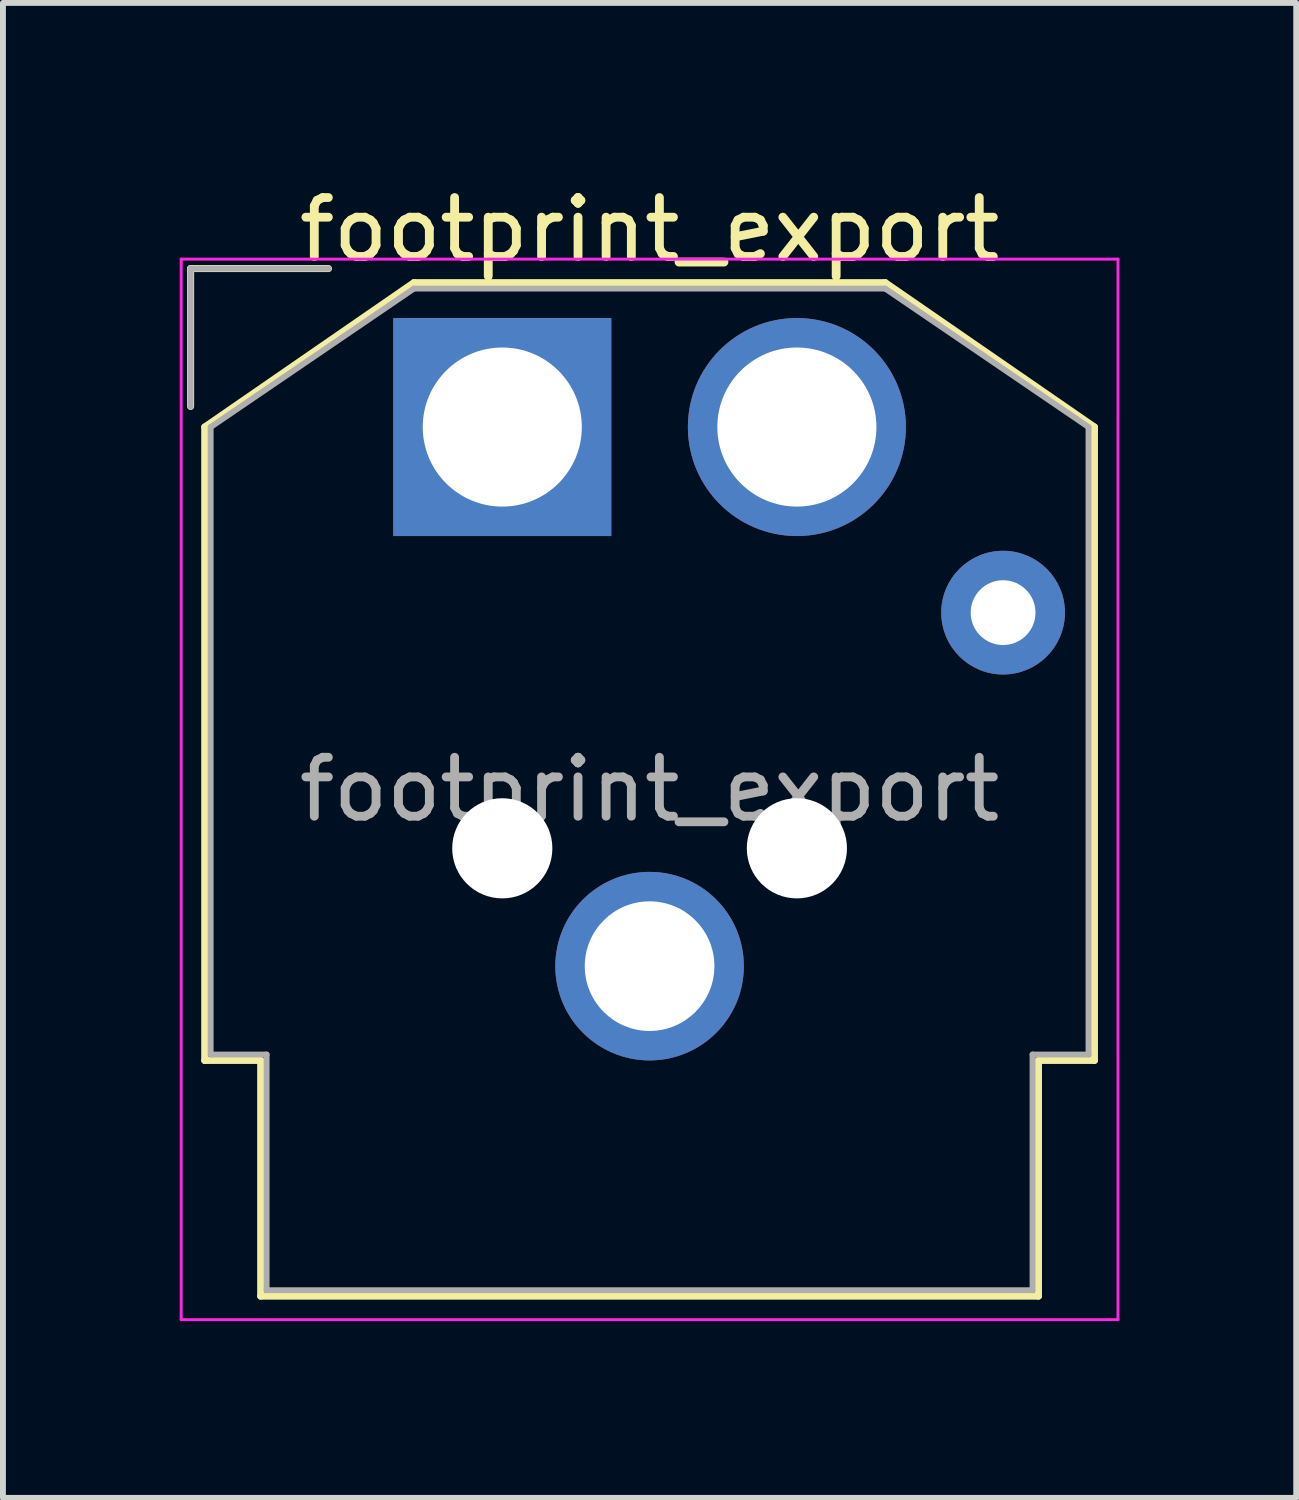
<source format=kicad_pcb>
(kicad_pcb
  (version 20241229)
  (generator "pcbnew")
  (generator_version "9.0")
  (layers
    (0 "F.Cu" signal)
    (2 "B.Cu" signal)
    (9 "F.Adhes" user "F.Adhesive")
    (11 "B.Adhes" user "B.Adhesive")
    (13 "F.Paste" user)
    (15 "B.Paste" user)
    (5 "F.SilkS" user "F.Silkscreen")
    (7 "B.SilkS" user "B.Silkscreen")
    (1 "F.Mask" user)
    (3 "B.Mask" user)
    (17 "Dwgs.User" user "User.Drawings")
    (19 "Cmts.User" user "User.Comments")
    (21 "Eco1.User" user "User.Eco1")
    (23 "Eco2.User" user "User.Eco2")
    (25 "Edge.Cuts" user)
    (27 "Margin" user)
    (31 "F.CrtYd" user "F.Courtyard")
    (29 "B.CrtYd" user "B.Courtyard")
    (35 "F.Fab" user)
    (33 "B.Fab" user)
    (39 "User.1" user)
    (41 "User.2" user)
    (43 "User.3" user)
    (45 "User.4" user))
  (footprint "footprint_export"
    (layer "F.Cu")
    (at 5.475 4.198)
    (property "Reference" "footprint_export" (at 2.5 -3.35 0) (layer "F.SilkS") (effects (font (size 1 1) (thickness 0.15))))
    (attr through_hole)
    (fp_line (start -5.29 -2.69) (end -2.95 -2.69) (stroke (width 0.12) (type solid)) (layer "F.SilkS"))
    (fp_line (start -5.29 -0.35) (end -5.29 -2.69) (stroke (width 0.12) (type solid)) (layer "F.SilkS"))
    (fp_line (start -5.05 0) (end -1.5 -2.45) (stroke (width 0.12) (type solid)) (layer "F.SilkS"))
    (fp_line (start -5.05 10.75) (end -5.05 0) (stroke (width 0.12) (type solid)) (layer "F.SilkS"))
    (fp_line (start -4.1 10.75) (end -5.05 10.75) (stroke (width 0.12) (type solid)) (layer "F.SilkS"))
    (fp_line (start -4.1 14.75) (end -4.1 10.75) (stroke (width 0.12) (type solid)) (layer "F.SilkS"))
    (fp_line (start -1.5 -2.45) (end 6.5 -2.45) (stroke (width 0.12) (type solid)) (layer "F.SilkS"))
    (fp_line (start 6.5 -2.45) (end 10.05 0) (stroke (width 0.12) (type solid)) (layer "F.SilkS"))
    (fp_line (start 9.1 10.75) (end 9.1 14.75) (stroke (width 0.12) (type solid)) (layer "F.SilkS"))
    (fp_line (start 9.1 14.75) (end -4.1 14.75) (stroke (width 0.12) (type solid)) (layer "F.SilkS"))
    (fp_line (start 10.05 0) (end 10.05 10.75) (stroke (width 0.12) (type solid)) (layer "F.SilkS"))
    (fp_line (start 10.05 10.75) (end 9.1 10.75) (stroke (width 0.12) (type solid)) (layer "F.SilkS"))
    (fp_line (start -5.45 -2.85) (end 10.45 -2.85) (stroke (width 0.05) (type solid)) (layer "F.CrtYd"))
    (fp_line (start -5.45 15.15) (end -5.45 -2.85) (stroke (width 0.05) (type solid)) (layer "F.CrtYd"))
    (fp_line (start 10.45 -2.85) (end 10.45 15.15) (stroke (width 0.05) (type solid)) (layer "F.CrtYd"))
    (fp_line (start 10.45 15.15) (end -5.45 15.15) (stroke (width 0.05) (type solid)) (layer "F.CrtYd"))
    (fp_line (start -5.29 -2.69) (end -2.95 -2.69) (stroke (width 0.1) (type solid)) (layer "F.Fab"))
    (fp_line (start -5.29 -0.35) (end -5.29 -2.69) (stroke (width 0.1) (type solid)) (layer "F.Fab"))
    (fp_line (start -4.95 0) (end -1.5 -2.35) (stroke (width 0.1) (type solid)) (layer "F.Fab"))
    (fp_line (start -4.95 10.65) (end -4.95 0) (stroke (width 0.1) (type solid)) (layer "F.Fab"))
    (fp_line (start -4 10.65) (end -4.95 10.65) (stroke (width 0.1) (type solid)) (layer "F.Fab"))
    (fp_line (start -4 14.65) (end -4 10.65) (stroke (width 0.1) (type solid)) (layer "F.Fab"))
    (fp_line (start -1.5 -2.35) (end 6.5 -2.35) (stroke (width 0.1) (type solid)) (layer "F.Fab"))
    (fp_line (start 6.5 -2.35) (end 9.95 0) (stroke (width 0.1) (type solid)) (layer "F.Fab"))
    (fp_line (start 9 10.65) (end 9 14.65) (stroke (width 0.1) (type solid)) (layer "F.Fab"))
    (fp_line (start 9 14.65) (end -4 14.65) (stroke (width 0.1) (type solid)) (layer "F.Fab"))
    (fp_line (start 9.95 0) (end 9.95 10.65) (stroke (width 0.1) (type solid)) (layer "F.Fab"))
    (fp_line (start 9.95 10.65) (end 9 10.65) (stroke (width 0.1) (type solid)) (layer "F.Fab"))
    (fp_text user "${REFERENCE}" (at 2.5 6.15 0) (layer "F.Fab") (effects (font (size 1 1) (thickness 0.15))))
    (pad "" np_thru_hole circle (at 0 7.15 180) (size 1.7 1.7) (drill 1.7) (layers "*.Cu" "*.Mask"))
    (pad "" np_thru_hole circle (at 5 7.15 180) (size 1.7 1.7) (drill 1.7) (layers "*.Cu" "*.Mask"))
    (pad "1" thru_hole rect (at 0 0 180) (size 3.7 3.7) (drill 2.7) (layers "*.Cu" "*.Mask"))
    (pad "2" thru_hole circle (at 5 0 180) (size 3.7 3.7) (drill 2.7) (layers "*.Cu" "*.Mask"))
    (pad "3" thru_hole circle (at 8.5 3.15 180) (size 2.1 2.1) (drill 1.1) (layers "*.Cu" "*.Mask"))
    (pad "4" thru_hole circle (at 2.5 9.15 180) (size 3.2 3.2) (drill 2.2) (layers "*.Cu" "*.Mask")))
  (gr_rect
    (start -3 -3)
    (end 18.95 22.373)
    (stroke (width 0.1) (type default))
    (fill no)
    (layer "Edge.Cuts")))
</source>
